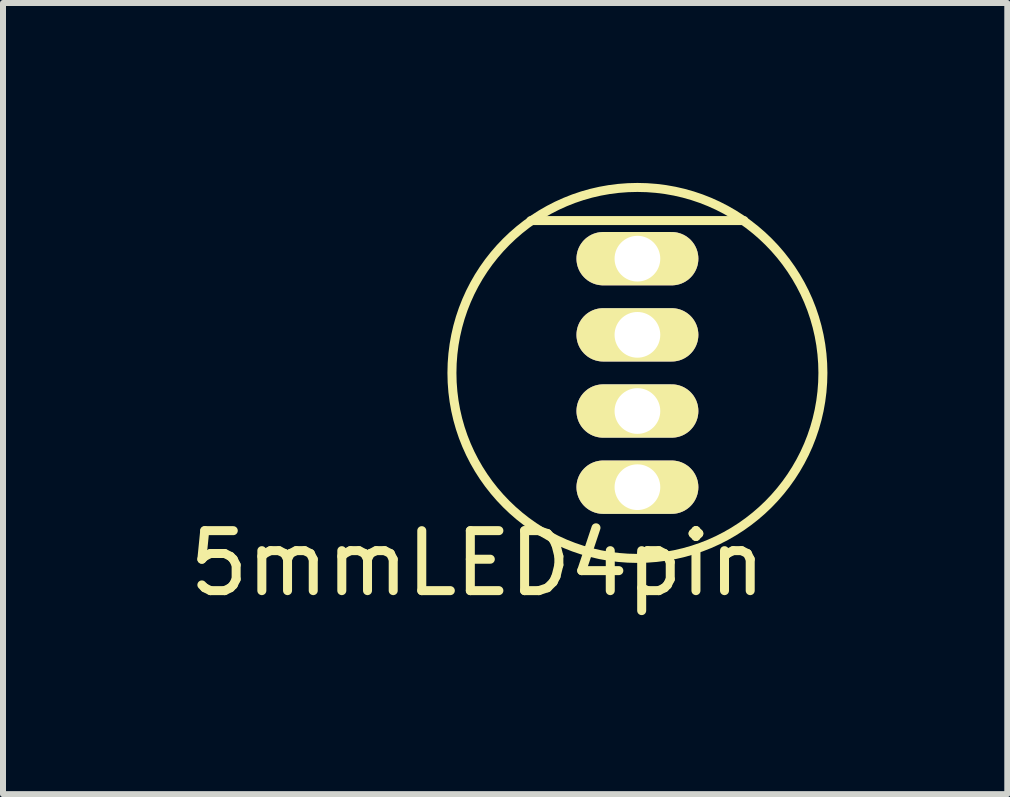
<source format=kicad_pcb>
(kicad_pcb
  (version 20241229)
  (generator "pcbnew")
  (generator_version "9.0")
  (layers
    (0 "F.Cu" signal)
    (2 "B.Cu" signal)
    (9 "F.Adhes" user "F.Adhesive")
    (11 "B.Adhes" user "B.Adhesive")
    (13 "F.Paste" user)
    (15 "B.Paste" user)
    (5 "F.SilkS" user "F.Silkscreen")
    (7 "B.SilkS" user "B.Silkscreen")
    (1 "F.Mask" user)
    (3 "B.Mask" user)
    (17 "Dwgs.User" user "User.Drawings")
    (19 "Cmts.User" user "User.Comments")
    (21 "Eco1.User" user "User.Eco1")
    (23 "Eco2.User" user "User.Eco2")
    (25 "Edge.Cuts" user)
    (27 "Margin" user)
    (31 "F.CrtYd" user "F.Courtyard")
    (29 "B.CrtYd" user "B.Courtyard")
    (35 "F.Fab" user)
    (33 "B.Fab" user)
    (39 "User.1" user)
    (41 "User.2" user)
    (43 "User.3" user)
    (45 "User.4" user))
  (footprint "5mmLED4pin"
    (layer "F.Cu")
    (at 7.578 5.073)
    (property "Reference" "5mmLED4pin" (at -2.667 1.27 0) (layer "F.SilkS") (effects (font (size 1 1) (thickness 0.15))))
    (attr through_hole)
    (fp_line (start -1.778 -4.445) (end 1.778 -4.445) (stroke (width 0.15) (type solid)) (layer "F.SilkS"))
    (fp_circle (center 0 -1.905) (end 2.921 -2.921) (stroke (width 0.15) (type solid)) (fill no) (layer "F.SilkS"))
    (pad "1" thru_hole oval (at 0 0 90) (size 0.889 2.032) (drill 0.762) (layers "*.Cu" "*.Mask" "F.SilkS"))
    (pad "2" thru_hole oval (at 0 -1.27 90) (size 0.889 2.032) (drill 0.762) (layers "*.Cu" "*.Mask" "F.SilkS"))
    (pad "3" thru_hole oval (at 0 -2.54 90) (size 0.889 2.032) (drill 0.762) (layers "*.Cu" "*.Mask" "F.SilkS"))
    (pad "4" thru_hole oval (at 0 -3.81 90) (size 0.889 2.032) (drill 0.762) (layers "*.Cu" "*.Mask" "F.SilkS")))
  (gr_rect
    (start -3 -3)
    (end 13.745 10.191)
    (stroke (width 0.1) (type default))
    (fill no)
    (layer "Edge.Cuts")))
</source>
